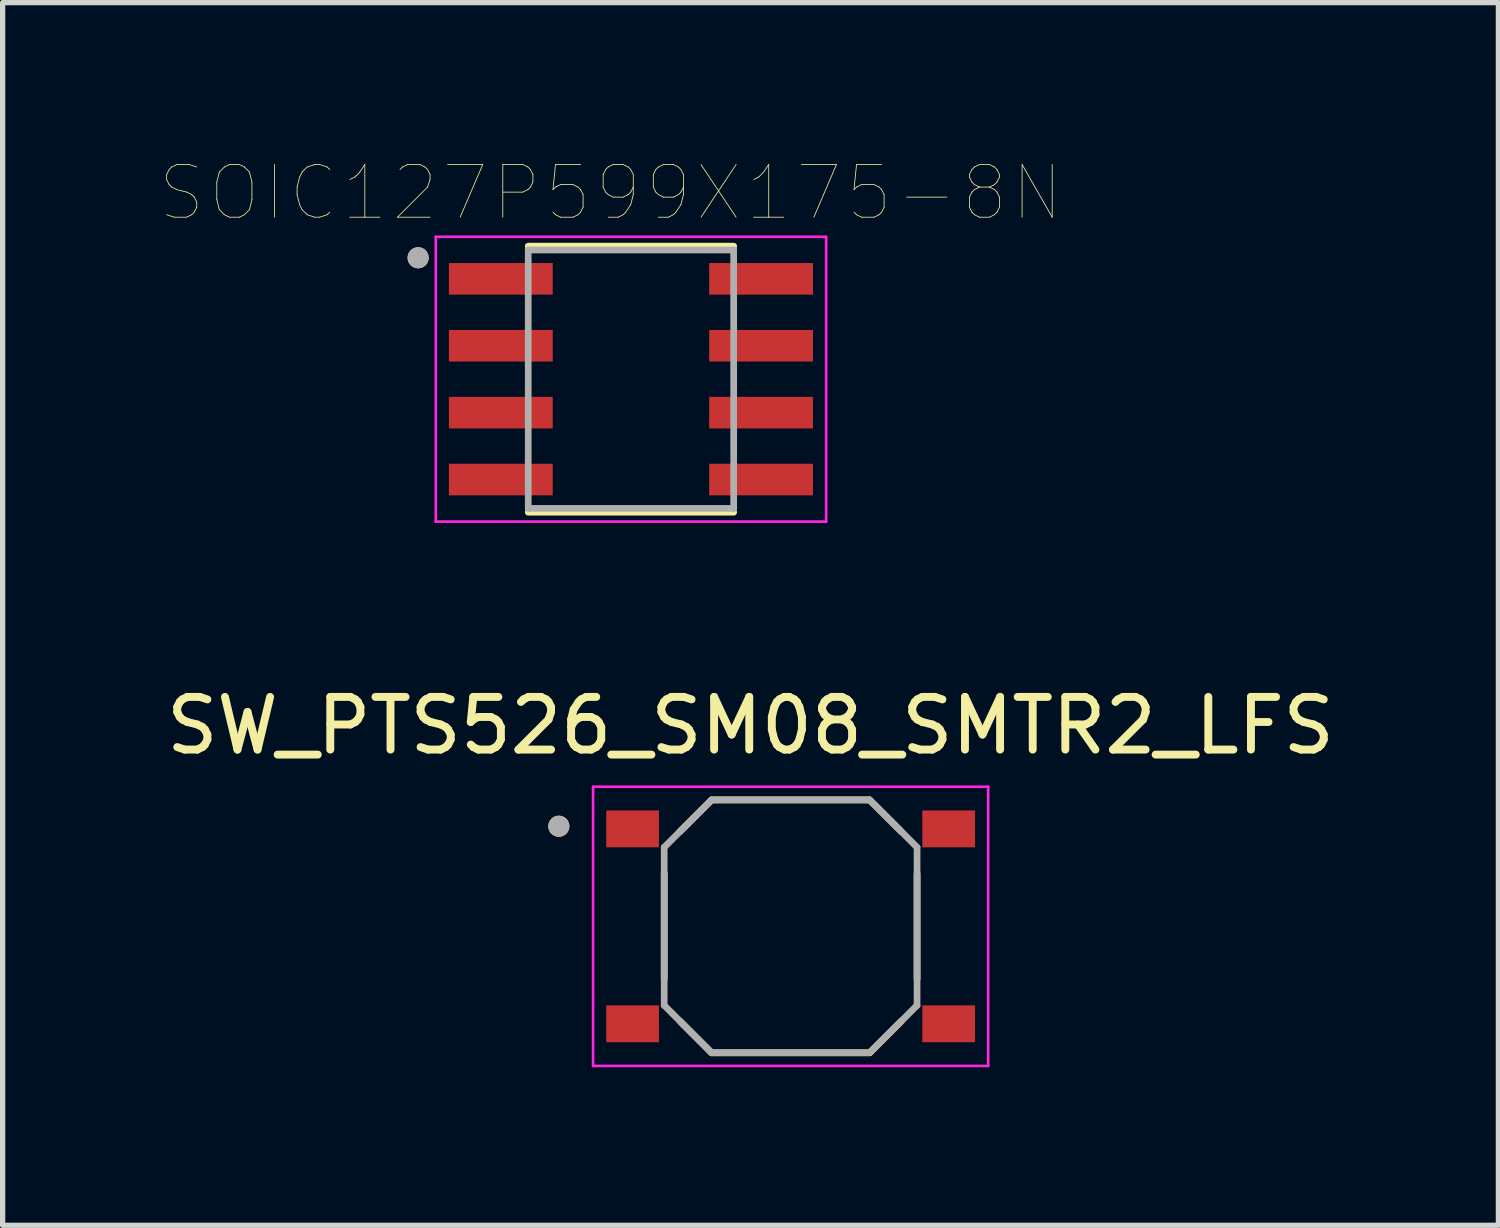
<source format=kicad_pcb>
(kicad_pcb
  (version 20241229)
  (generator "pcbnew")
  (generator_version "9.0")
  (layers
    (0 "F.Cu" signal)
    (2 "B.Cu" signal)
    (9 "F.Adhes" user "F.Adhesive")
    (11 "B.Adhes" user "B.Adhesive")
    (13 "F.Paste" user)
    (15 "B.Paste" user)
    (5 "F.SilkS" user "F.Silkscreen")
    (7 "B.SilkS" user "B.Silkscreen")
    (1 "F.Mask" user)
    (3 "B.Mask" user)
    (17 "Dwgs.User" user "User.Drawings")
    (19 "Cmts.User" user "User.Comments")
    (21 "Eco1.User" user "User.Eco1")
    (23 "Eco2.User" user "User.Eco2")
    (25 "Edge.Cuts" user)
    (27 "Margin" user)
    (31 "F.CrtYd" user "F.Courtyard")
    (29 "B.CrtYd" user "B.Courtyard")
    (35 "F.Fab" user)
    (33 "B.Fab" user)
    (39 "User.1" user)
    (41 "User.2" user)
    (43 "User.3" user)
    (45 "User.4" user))
  (footprint "SW_PTS526_SM08_SMTR2_LFS"
    (layer "F.Cu")
    (at 11.958 14.534)
    (property "Reference" "SW_PTS526_SM08_SMTR2_LFS" (at -0.762 -3.81 0) (layer "F.SilkS") (effects (font (size 1 1) (thickness 0.15))))
    (attr through_hole)
    (fp_line (start -2.4 -1) (end -2.4 1) (stroke (width 0.127) (type solid)) (layer "F.SilkS"))
    (fp_line (start -2.1 1.8) (end -1.5 2.4) (stroke (width 0.127) (type solid)) (layer "F.SilkS"))
    (fp_line (start -1.5 -2.4) (end -2.1 -1.8) (stroke (width 0.127) (type solid)) (layer "F.SilkS"))
    (fp_line (start -1.5 2.4) (end 1.5 2.4) (stroke (width 0.127) (type solid)) (layer "F.SilkS"))
    (fp_line (start 1.5 -2.4) (end -1.5 -2.4) (stroke (width 0.127) (type solid)) (layer "F.SilkS"))
    (fp_line (start 1.5 -2.4) (end 2.1 -1.8) (stroke (width 0.127) (type solid)) (layer "F.SilkS"))
    (fp_line (start 1.5 2.4) (end 2.1 1.8) (stroke (width 0.127) (type solid)) (layer "F.SilkS"))
    (fp_line (start 2.4 -1) (end 2.4 1) (stroke (width 0.127) (type solid)) (layer "F.SilkS"))
    (fp_circle (center -4.4 -1.9) (end -4.3 -1.9) (stroke (width 0.2) (type solid)) (fill no) (layer "F.SilkS"))
    (fp_line (start -3.75 -2.65) (end 3.75 -2.65) (stroke (width 0.05) (type solid)) (layer "F.CrtYd"))
    (fp_line (start -3.75 2.65) (end -3.75 -2.65) (stroke (width 0.05) (type solid)) (layer "F.CrtYd"))
    (fp_line (start 3.75 -2.65) (end 3.75 2.65) (stroke (width 0.05) (type solid)) (layer "F.CrtYd"))
    (fp_line (start 3.75 2.65) (end -3.75 2.65) (stroke (width 0.05) (type solid)) (layer "F.CrtYd"))
    (fp_line (start -2.4 -1.5) (end -2.4 1.5) (stroke (width 0.127) (type solid)) (layer "F.Fab"))
    (fp_line (start -1.5 -2.4) (end -2.4 -1.5) (stroke (width 0.127) (type solid)) (layer "F.Fab"))
    (fp_line (start -1.5 -2.4) (end 1.5 -2.4) (stroke (width 0.127) (type solid)) (layer "F.Fab"))
    (fp_line (start -1.5 2.4) (end -2.4 1.5) (stroke (width 0.127) (type solid)) (layer "F.Fab"))
    (fp_line (start -1.5 2.4) (end 1.5 2.4) (stroke (width 0.127) (type solid)) (layer "F.Fab"))
    (fp_line (start 1.5 -2.4) (end 2.4 -1.5) (stroke (width 0.127) (type solid)) (layer "F.Fab"))
    (fp_line (start 1.5 2.4) (end 2.4 1.5) (stroke (width 0.127) (type solid)) (layer "F.Fab"))
    (fp_line (start 2.4 -1.5) (end 2.4 1.5) (stroke (width 0.127) (type solid)) (layer "F.Fab"))
    (fp_circle (center -4.4 -1.9) (end -4.3 -1.9) (stroke (width 0.2) (type solid)) (fill no) (layer "F.Fab"))
    (pad "1" smd rect (at -3 -1.85) (size 1 0.7) (layers "F.Cu" "F.Mask" "F.Paste"))
    (pad "1" smd rect (at 3 -1.85) (size 1 0.7) (layers "F.Cu" "F.Mask" "F.Paste"))
    (pad "2" smd rect (at -3 1.85) (size 1 0.7) (layers "F.Cu" "F.Mask" "F.Paste"))
    (pad "2" smd rect (at 3 1.85) (size 1 0.7) (layers "F.Cu" "F.Mask" "F.Paste")))
  (footprint "SOIC127P599X175-8N"
    (layer "F.Cu")
    (at 8.927 4.148)
    (property "Reference" "SOIC127P599X175-8N" (at -0.385 -3.537 0) (layer "F.SilkS") (effects (font (size 1 1) (thickness 0.015))))
    (attr through_hole)
    (fp_line (start -1.95 -2.525) (end 1.95 -2.525) (stroke (width 0.127) (type solid)) (layer "F.SilkS"))
    (fp_line (start -1.95 2.525) (end 1.95 2.525) (stroke (width 0.127) (type solid)) (layer "F.SilkS"))
    (fp_circle (center -4.04 -2.305) (end -3.94 -2.305) (stroke (width 0.2) (type solid)) (fill no) (layer "F.SilkS"))
    (fp_line (start -3.705 -2.703) (end -3.705 2.703) (stroke (width 0.05) (type solid)) (layer "F.CrtYd"))
    (fp_line (start -3.705 -2.703) (end 3.705 -2.703) (stroke (width 0.05) (type solid)) (layer "F.CrtYd"))
    (fp_line (start -3.705 2.703) (end 3.705 2.703) (stroke (width 0.05) (type solid)) (layer "F.CrtYd"))
    (fp_line (start 3.705 -2.703) (end 3.705 2.703) (stroke (width 0.05) (type solid)) (layer "F.CrtYd"))
    (fp_line (start -1.95 -2.453) (end -1.95 2.453) (stroke (width 0.127) (type solid)) (layer "F.Fab"))
    (fp_line (start -1.95 -2.453) (end 1.95 -2.453) (stroke (width 0.127) (type solid)) (layer "F.Fab"))
    (fp_line (start -1.95 2.453) (end 1.95 2.453) (stroke (width 0.127) (type solid)) (layer "F.Fab"))
    (fp_line (start 1.95 -2.453) (end 1.95 2.453) (stroke (width 0.127) (type solid)) (layer "F.Fab"))
    (fp_circle (center -4.04 -2.305) (end -3.94 -2.305) (stroke (width 0.2) (type solid)) (fill no) (layer "F.Fab"))
    (pad "1" smd rect (at -2.47 -1.905) (size 1.97 0.6) (layers "F.Cu" "F.Mask" "F.Paste"))
    (pad "2" smd rect (at -2.47 -0.635) (size 1.97 0.6) (layers "F.Cu" "F.Mask" "F.Paste"))
    (pad "3" smd rect (at -2.47 0.635) (size 1.97 0.6) (layers "F.Cu" "F.Mask" "F.Paste"))
    (pad "4" smd rect (at -2.47 1.905) (size 1.97 0.6) (layers "F.Cu" "F.Mask" "F.Paste"))
    (pad "5" smd rect (at 2.47 1.905) (size 1.97 0.6) (layers "F.Cu" "F.Mask" "F.Paste"))
    (pad "6" smd rect (at 2.47 0.635) (size 1.97 0.6) (layers "F.Cu" "F.Mask" "F.Paste"))
    (pad "7" smd rect (at 2.47 -0.635) (size 1.97 0.6) (layers "F.Cu" "F.Mask" "F.Paste"))
    (pad "8" smd rect (at 2.47 -1.905) (size 1.97 0.6) (layers "F.Cu" "F.Mask" "F.Paste")))
  (gr_rect
    (start -3 -3)
    (end 25.393 20.209)
    (stroke (width 0.1) (type default))
    (fill no)
    (layer "Edge.Cuts")))
</source>
